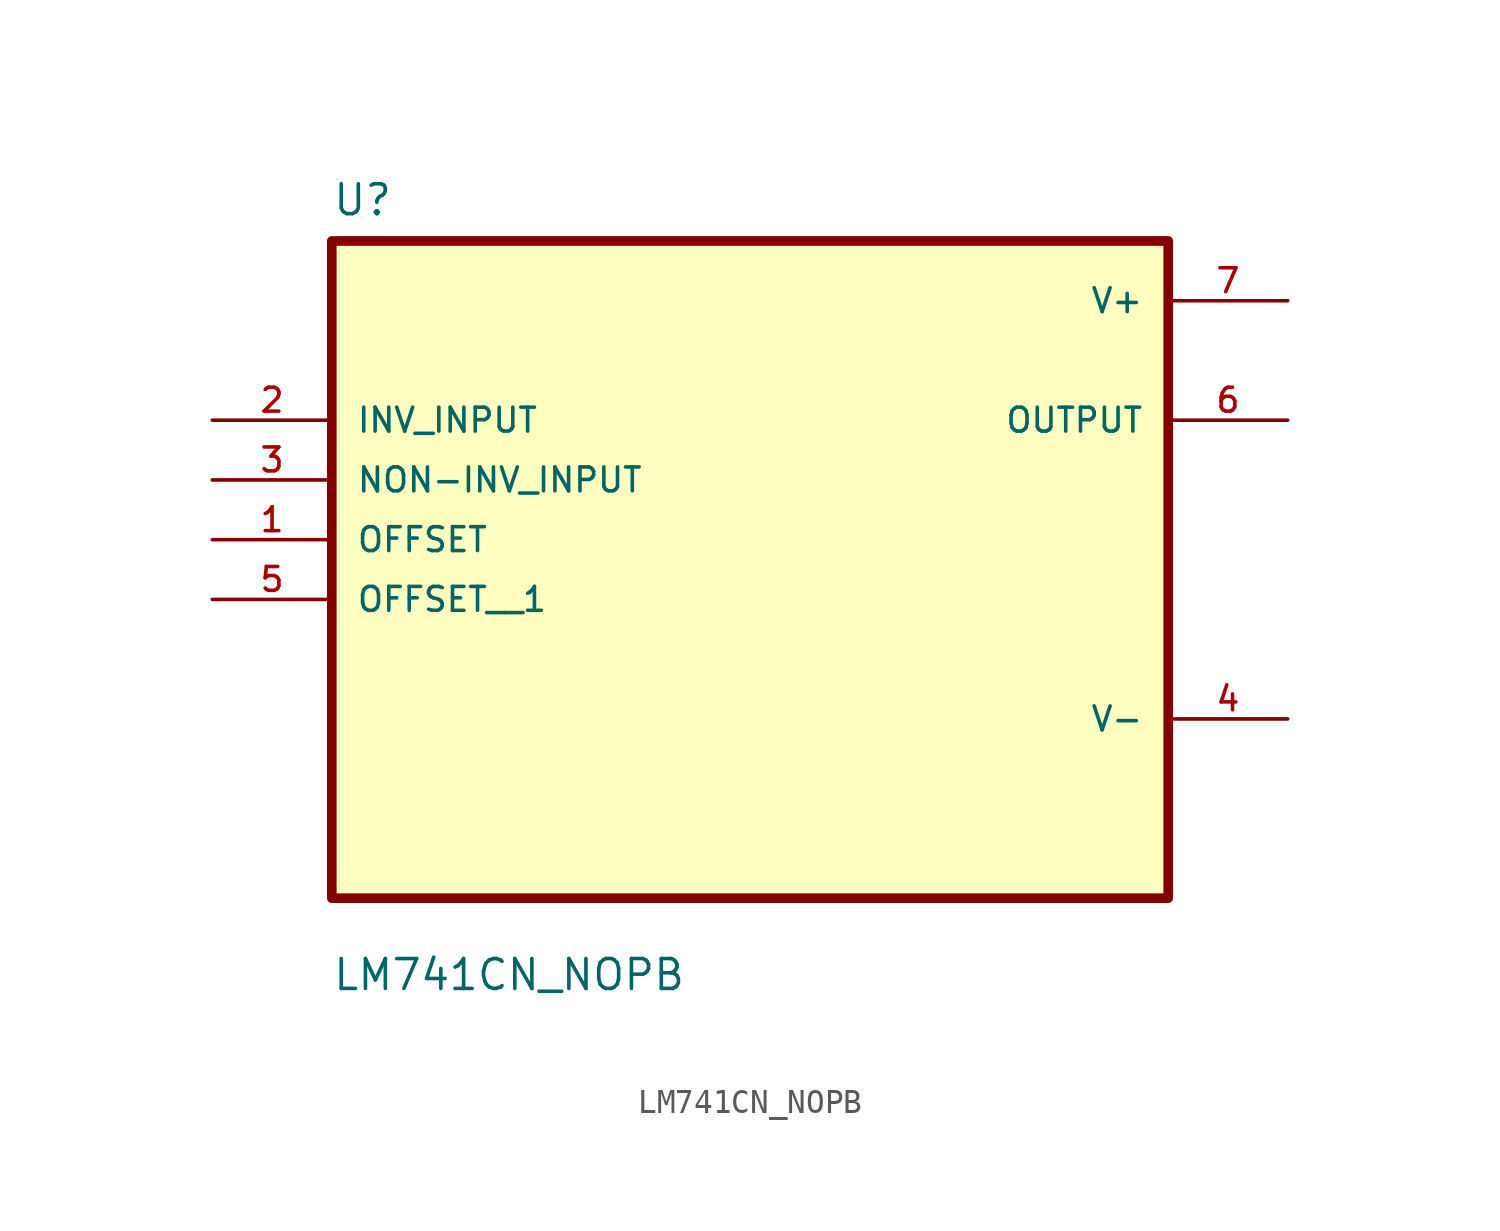
<source format=kicad_sym>
(kicad_symbol_lib
  (version 20211014)
  (generator kicad_symbol_editor)
  (symbol "LM741CN_NOPB"
    (pin_names
      (offset 1.016))
    (property "Reference" "U"
      (at -17.78 13.7 0.0)
      (effects (font (size 1.27 1.27)) (justify bottom left)))
    (property "Value" "LM741CN_NOPB"
      (at -17.78 -19.24 0.0)
      (effects (font (size 1.27 1.27)) (justify bottom left)))
    (symbol "LM741CN_NOPB_0_0"
      (rectangle (start -17.78 -15.24) (end 17.78 12.7) (stroke (width 0.41)) (fill (type background)))
      (pin input line (at -22.86 5.08 0) (length 5.08) (name "INV_INPUT" (effects (font (size 1.016 1.016)))) (number "2" (effects (font (size 1.016 1.016)))))
      (pin input line (at -22.86 2.54 0) (length 5.08) (name "NON-INV_INPUT" (effects (font (size 1.016 1.016)))) (number "3" (effects (font (size 1.016 1.016)))))
      (pin input line (at -22.86 -8.88178e-16 0) (length 5.08) (name "OFFSET" (effects (font (size 1.016 1.016)))) (number "1" (effects (font (size 1.016 1.016)))))
      (pin power_in line (at 22.86 10.16 180.0) (length 5.08) (name "V+" (effects (font (size 1.016 1.016)))) (number "7" (effects (font (size 1.016 1.016)))))
      (pin output line (at 22.86 5.08 180.0) (length 5.08) (name "OUTPUT" (effects (font (size 1.016 1.016)))) (number "6" (effects (font (size 1.016 1.016)))))
      (pin power_in line (at 22.86 -7.62 180.0) (length 5.08) (name "V-" (effects (font (size 1.016 1.016)))) (number "4" (effects (font (size 1.016 1.016)))))
      (pin input line (at -22.86 -2.54 0) (length 5.08) (name "OFFSET__1" (effects (font (size 1.016 1.016)))) (number "5" (effects (font (size 1.016 1.016))))))))
</source>
